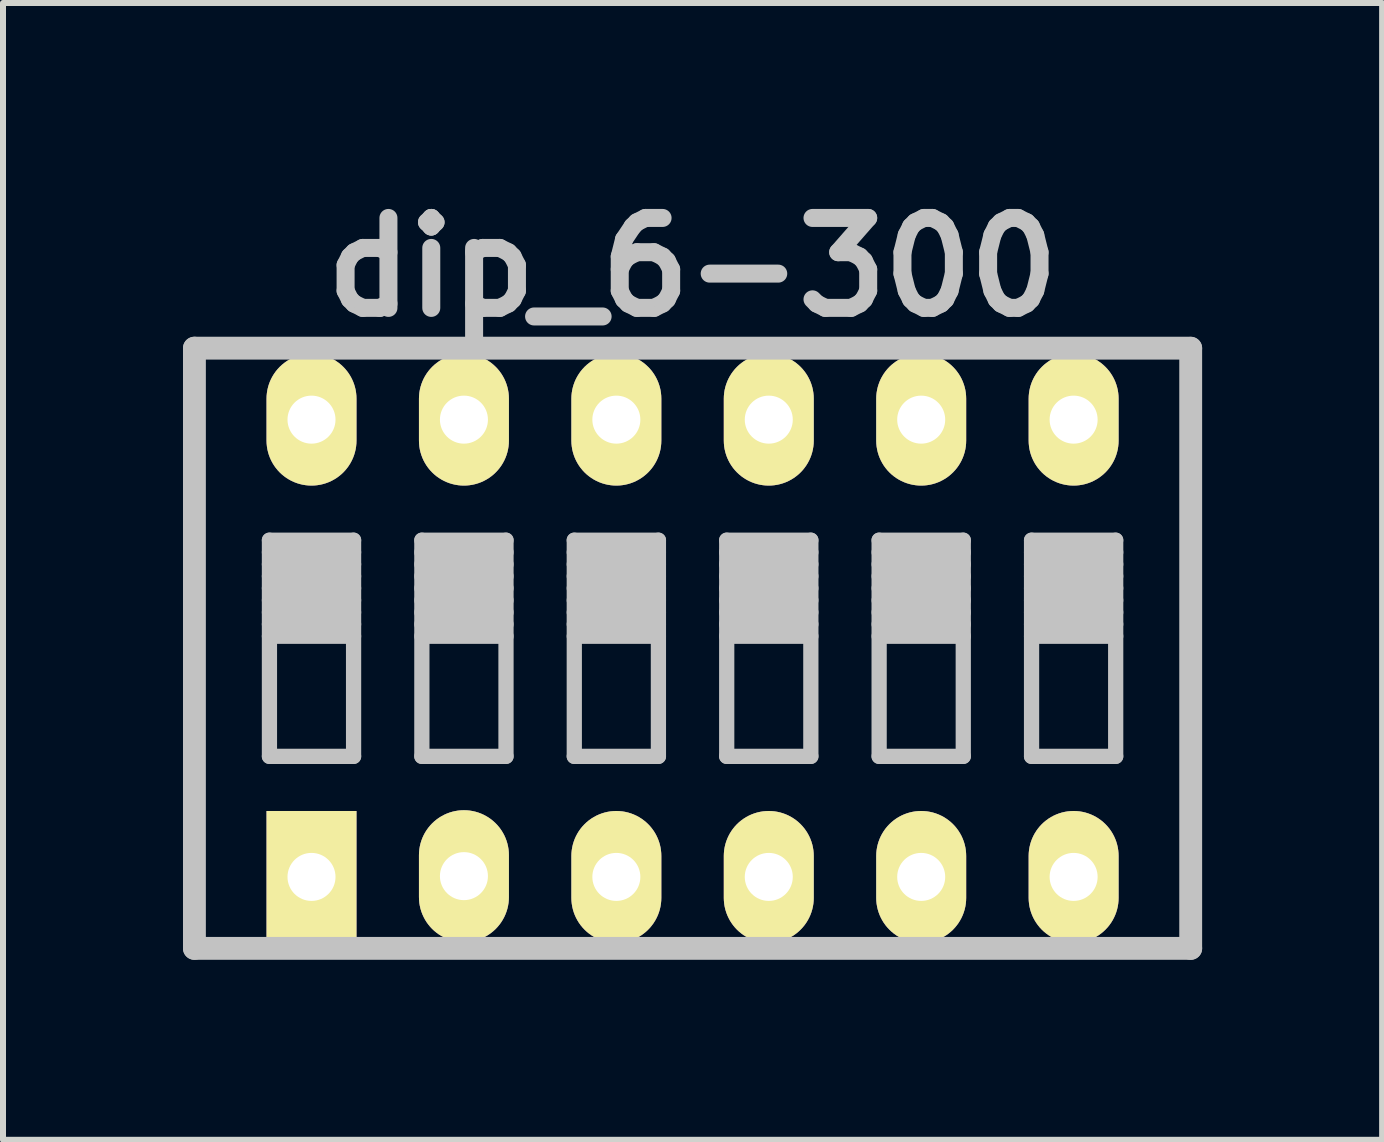
<source format=kicad_pcb>
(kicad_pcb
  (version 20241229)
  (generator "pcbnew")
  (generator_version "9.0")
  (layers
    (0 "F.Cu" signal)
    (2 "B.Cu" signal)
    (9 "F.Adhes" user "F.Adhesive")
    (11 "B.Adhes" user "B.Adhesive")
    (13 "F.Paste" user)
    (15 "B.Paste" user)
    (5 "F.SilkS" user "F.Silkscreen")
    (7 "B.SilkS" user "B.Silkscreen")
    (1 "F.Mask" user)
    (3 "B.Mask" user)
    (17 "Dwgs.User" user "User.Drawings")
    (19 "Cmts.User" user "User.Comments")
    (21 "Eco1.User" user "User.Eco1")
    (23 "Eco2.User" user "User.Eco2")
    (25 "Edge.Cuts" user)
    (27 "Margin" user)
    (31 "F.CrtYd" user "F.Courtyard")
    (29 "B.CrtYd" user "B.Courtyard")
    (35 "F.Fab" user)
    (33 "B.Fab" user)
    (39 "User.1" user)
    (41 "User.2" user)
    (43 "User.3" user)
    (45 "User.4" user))
  (footprint "dip_6-300"
    (layer "F.Cu")
    (at 8.491 7.753)
    (property "Reference" "dip_6-300" (at 0 -6.35 0) (layer "Dwgs.User") (effects (font (size 1.499 1.499) (thickness 0.3))))
    (attr through_hole)
    (fp_line (start -8.301 5.001) (end -8.301 -5.001) (stroke (width 0.381) (type solid)) (layer "Dwgs.User"))
    (fp_line (start -8.301 5.001) (end 8.301 5.001) (stroke (width 0.381) (type solid)) (layer "Dwgs.User"))
    (fp_line (start -7.051 -1.801) (end -7.051 1.801) (stroke (width 0.254) (type solid)) (layer "Dwgs.User"))
    (fp_line (start -7.051 -1.6) (end -5.649 -1.6) (stroke (width 0.254) (type solid)) (layer "Dwgs.User"))
    (fp_line (start -7.051 -1.4) (end -5.649 -1.4) (stroke (width 0.254) (type solid)) (layer "Dwgs.User"))
    (fp_line (start -7.051 -1.201) (end -5.649 -1.201) (stroke (width 0.254) (type solid)) (layer "Dwgs.User"))
    (fp_line (start -7.051 -1.001) (end -5.649 -1.001) (stroke (width 0.254) (type solid)) (layer "Dwgs.User"))
    (fp_line (start -7.051 -0.8) (end -5.649 -0.8) (stroke (width 0.254) (type solid)) (layer "Dwgs.User"))
    (fp_line (start -7.051 -0.599) (end -5.649 -0.599) (stroke (width 0.254) (type solid)) (layer "Dwgs.User"))
    (fp_line (start -7.051 -0.401) (end -5.649 -0.401) (stroke (width 0.254) (type solid)) (layer "Dwgs.User"))
    (fp_line (start -7.051 -0.201) (end -5.649 -0.201) (stroke (width 0.254) (type solid)) (layer "Dwgs.User"))
    (fp_line (start -7.051 1.801) (end -5.649 1.801) (stroke (width 0.254) (type solid)) (layer "Dwgs.User"))
    (fp_line (start -5.649 -1.801) (end -7.051 -1.801) (stroke (width 0.254) (type solid)) (layer "Dwgs.User"))
    (fp_line (start -5.649 1.801) (end -5.649 -1.801) (stroke (width 0.254) (type solid)) (layer "Dwgs.User"))
    (fp_line (start -4.511 -1.801) (end -4.511 1.801) (stroke (width 0.254) (type solid)) (layer "Dwgs.User"))
    (fp_line (start -4.511 -1.6) (end -3.109 -1.6) (stroke (width 0.254) (type solid)) (layer "Dwgs.User"))
    (fp_line (start -4.511 -1.4) (end -3.109 -1.4) (stroke (width 0.254) (type solid)) (layer "Dwgs.User"))
    (fp_line (start -4.511 -1.201) (end -3.109 -1.201) (stroke (width 0.254) (type solid)) (layer "Dwgs.User"))
    (fp_line (start -4.511 -1.001) (end -3.109 -1.001) (stroke (width 0.254) (type solid)) (layer "Dwgs.User"))
    (fp_line (start -4.511 -0.8) (end -3.109 -0.8) (stroke (width 0.254) (type solid)) (layer "Dwgs.User"))
    (fp_line (start -4.511 -0.599) (end -3.109 -0.599) (stroke (width 0.254) (type solid)) (layer "Dwgs.User"))
    (fp_line (start -4.511 -0.401) (end -3.109 -0.401) (stroke (width 0.254) (type solid)) (layer "Dwgs.User"))
    (fp_line (start -4.511 -0.201) (end -3.109 -0.201) (stroke (width 0.254) (type solid)) (layer "Dwgs.User"))
    (fp_line (start -4.511 1.801) (end -3.109 1.801) (stroke (width 0.254) (type solid)) (layer "Dwgs.User"))
    (fp_line (start -3.109 -1.801) (end -4.511 -1.801) (stroke (width 0.254) (type solid)) (layer "Dwgs.User"))
    (fp_line (start -3.109 1.801) (end -3.109 -1.801) (stroke (width 0.254) (type solid)) (layer "Dwgs.User"))
    (fp_line (start -1.971 -1.801) (end -1.971 1.801) (stroke (width 0.254) (type solid)) (layer "Dwgs.User"))
    (fp_line (start -1.971 -1.6) (end -0.569 -1.6) (stroke (width 0.254) (type solid)) (layer "Dwgs.User"))
    (fp_line (start -1.971 -1.4) (end -0.569 -1.4) (stroke (width 0.254) (type solid)) (layer "Dwgs.User"))
    (fp_line (start -1.971 -1.201) (end -0.569 -1.201) (stroke (width 0.254) (type solid)) (layer "Dwgs.User"))
    (fp_line (start -1.971 -1.001) (end -0.569 -1.001) (stroke (width 0.254) (type solid)) (layer "Dwgs.User"))
    (fp_line (start -1.971 -0.8) (end -0.569 -0.8) (stroke (width 0.254) (type solid)) (layer "Dwgs.User"))
    (fp_line (start -1.971 -0.599) (end -0.569 -0.599) (stroke (width 0.254) (type solid)) (layer "Dwgs.User"))
    (fp_line (start -1.971 -0.401) (end -0.569 -0.401) (stroke (width 0.254) (type solid)) (layer "Dwgs.User"))
    (fp_line (start -1.971 -0.201) (end -0.569 -0.201) (stroke (width 0.254) (type solid)) (layer "Dwgs.User"))
    (fp_line (start -1.971 1.801) (end -0.569 1.801) (stroke (width 0.254) (type solid)) (layer "Dwgs.User"))
    (fp_line (start -0.569 -1.801) (end -1.971 -1.801) (stroke (width 0.254) (type solid)) (layer "Dwgs.User"))
    (fp_line (start -0.569 1.801) (end -0.569 -1.801) (stroke (width 0.254) (type solid)) (layer "Dwgs.User"))
    (fp_line (start 0.569 -1.801) (end 0.569 1.801) (stroke (width 0.254) (type solid)) (layer "Dwgs.User"))
    (fp_line (start 0.569 -1.6) (end 1.971 -1.6) (stroke (width 0.254) (type solid)) (layer "Dwgs.User"))
    (fp_line (start 0.569 -1.4) (end 1.971 -1.4) (stroke (width 0.254) (type solid)) (layer "Dwgs.User"))
    (fp_line (start 0.569 -1.201) (end 1.971 -1.201) (stroke (width 0.254) (type solid)) (layer "Dwgs.User"))
    (fp_line (start 0.569 -1.001) (end 1.971 -1.001) (stroke (width 0.254) (type solid)) (layer "Dwgs.User"))
    (fp_line (start 0.569 -0.8) (end 1.971 -0.8) (stroke (width 0.254) (type solid)) (layer "Dwgs.User"))
    (fp_line (start 0.569 -0.599) (end 1.971 -0.599) (stroke (width 0.254) (type solid)) (layer "Dwgs.User"))
    (fp_line (start 0.569 -0.401) (end 1.971 -0.401) (stroke (width 0.254) (type solid)) (layer "Dwgs.User"))
    (fp_line (start 0.569 -0.201) (end 1.971 -0.201) (stroke (width 0.254) (type solid)) (layer "Dwgs.User"))
    (fp_line (start 0.569 1.801) (end 1.971 1.801) (stroke (width 0.254) (type solid)) (layer "Dwgs.User"))
    (fp_line (start 1.971 -1.801) (end 0.569 -1.801) (stroke (width 0.254) (type solid)) (layer "Dwgs.User"))
    (fp_line (start 1.971 1.801) (end 1.971 -1.801) (stroke (width 0.254) (type solid)) (layer "Dwgs.User"))
    (fp_line (start 3.109 -1.801) (end 3.109 1.801) (stroke (width 0.254) (type solid)) (layer "Dwgs.User"))
    (fp_line (start 3.109 -1.6) (end 4.511 -1.6) (stroke (width 0.254) (type solid)) (layer "Dwgs.User"))
    (fp_line (start 3.109 -1.4) (end 4.511 -1.4) (stroke (width 0.254) (type solid)) (layer "Dwgs.User"))
    (fp_line (start 3.109 -1.201) (end 4.511 -1.201) (stroke (width 0.254) (type solid)) (layer "Dwgs.User"))
    (fp_line (start 3.109 -1.001) (end 4.511 -1.001) (stroke (width 0.254) (type solid)) (layer "Dwgs.User"))
    (fp_line (start 3.109 -0.8) (end 4.511 -0.8) (stroke (width 0.254) (type solid)) (layer "Dwgs.User"))
    (fp_line (start 3.109 -0.599) (end 4.511 -0.599) (stroke (width 0.254) (type solid)) (layer "Dwgs.User"))
    (fp_line (start 3.109 -0.401) (end 4.511 -0.401) (stroke (width 0.254) (type solid)) (layer "Dwgs.User"))
    (fp_line (start 3.109 -0.201) (end 4.511 -0.201) (stroke (width 0.254) (type solid)) (layer "Dwgs.User"))
    (fp_line (start 3.109 1.801) (end 4.511 1.801) (stroke (width 0.254) (type solid)) (layer "Dwgs.User"))
    (fp_line (start 4.511 -1.801) (end 3.109 -1.801) (stroke (width 0.254) (type solid)) (layer "Dwgs.User"))
    (fp_line (start 4.511 1.801) (end 4.511 -1.801) (stroke (width 0.254) (type solid)) (layer "Dwgs.User"))
    (fp_line (start 5.649 -1.801) (end 5.649 1.801) (stroke (width 0.254) (type solid)) (layer "Dwgs.User"))
    (fp_line (start 5.649 -1.6) (end 7.051 -1.6) (stroke (width 0.254) (type solid)) (layer "Dwgs.User"))
    (fp_line (start 5.649 -1.4) (end 7.051 -1.4) (stroke (width 0.254) (type solid)) (layer "Dwgs.User"))
    (fp_line (start 5.649 -1.201) (end 7.051 -1.201) (stroke (width 0.254) (type solid)) (layer "Dwgs.User"))
    (fp_line (start 5.649 -1.001) (end 7.051 -1.001) (stroke (width 0.254) (type solid)) (layer "Dwgs.User"))
    (fp_line (start 5.649 -0.8) (end 7.051 -0.8) (stroke (width 0.254) (type solid)) (layer "Dwgs.User"))
    (fp_line (start 5.649 -0.599) (end 7.051 -0.599) (stroke (width 0.254) (type solid)) (layer "Dwgs.User"))
    (fp_line (start 5.649 -0.401) (end 7.051 -0.401) (stroke (width 0.254) (type solid)) (layer "Dwgs.User"))
    (fp_line (start 5.649 -0.201) (end 7.051 -0.201) (stroke (width 0.254) (type solid)) (layer "Dwgs.User"))
    (fp_line (start 5.649 1.801) (end 7.051 1.801) (stroke (width 0.254) (type solid)) (layer "Dwgs.User"))
    (fp_line (start 7.051 -1.801) (end 5.649 -1.801) (stroke (width 0.254) (type solid)) (layer "Dwgs.User"))
    (fp_line (start 7.051 1.801) (end 7.051 -1.801) (stroke (width 0.254) (type solid)) (layer "Dwgs.User"))
    (fp_line (start 8.301 -5.001) (end -8.301 -5.001) (stroke (width 0.381) (type solid)) (layer "Dwgs.User"))
    (fp_line (start 8.301 -4.999) (end 8.301 5.001) (stroke (width 0.381) (type solid)) (layer "Dwgs.User"))
    (pad "1" thru_hole rect (at -6.35 3.81) (size 1.499 2.197) (drill 0.8) (layers "*.Cu" "*.Mask" "F.SilkS"))
    (pad "2" thru_hole oval (at -3.81 3.797) (size 1.499 2.197) (drill 0.8) (layers "*.Cu" "*.Mask" "F.SilkS"))
    (pad "3" thru_hole oval (at -1.27 3.81) (size 1.499 2.197) (drill 0.8) (layers "*.Cu" "*.Mask" "F.SilkS"))
    (pad "4" thru_hole oval (at 1.27 3.81) (size 1.499 2.197) (drill 0.8) (layers "*.Cu" "*.Mask" "F.SilkS"))
    (pad "5" thru_hole oval (at 3.81 3.81) (size 1.499 2.197) (drill 0.8) (layers "*.Cu" "*.Mask" "F.SilkS"))
    (pad "6" thru_hole oval (at 6.35 3.81) (size 1.499 2.197) (drill 0.8) (layers "*.Cu" "*.Mask" "F.SilkS"))
    (pad "7" thru_hole oval (at 6.35 -3.81) (size 1.499 2.197) (drill 0.8) (layers "*.Cu" "*.Mask" "F.SilkS"))
    (pad "8" thru_hole oval (at 3.81 -3.81) (size 1.499 2.197) (drill 0.8) (layers "*.Cu" "*.Mask" "F.SilkS"))
    (pad "9" thru_hole oval (at 1.27 -3.81) (size 1.499 2.197) (drill 0.8) (layers "*.Cu" "*.Mask" "F.SilkS"))
    (pad "10" thru_hole oval (at -1.27 -3.81) (size 1.499 2.197) (drill 0.8) (layers "*.Cu" "*.Mask" "F.SilkS"))
    (pad "11" thru_hole oval (at -3.81 -3.81) (size 1.499 2.197) (drill 0.8) (layers "*.Cu" "*.Mask" "F.SilkS"))
    (pad "12" thru_hole oval (at -6.35 -3.81) (size 1.499 2.197) (drill 0.8) (layers "*.Cu" "*.Mask" "F.SilkS")))
  (gr_rect
    (start -3 -3)
    (end 19.982 15.944)
    (stroke (width 0.1) (type default))
    (fill no)
    (layer "Edge.Cuts")))
</source>
